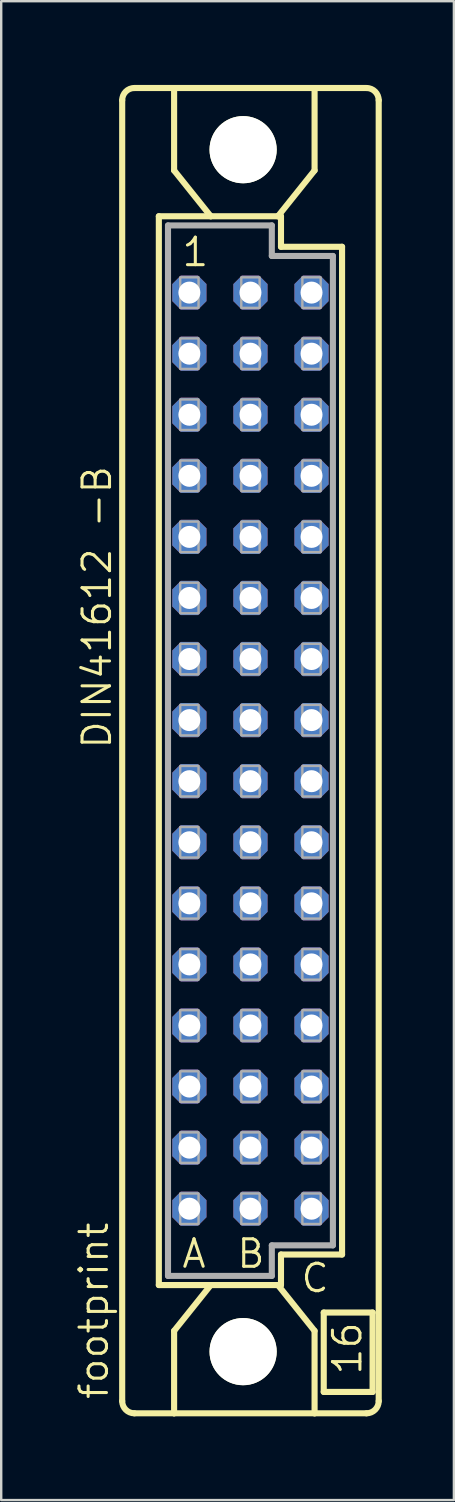
<source format=kicad_pcb>
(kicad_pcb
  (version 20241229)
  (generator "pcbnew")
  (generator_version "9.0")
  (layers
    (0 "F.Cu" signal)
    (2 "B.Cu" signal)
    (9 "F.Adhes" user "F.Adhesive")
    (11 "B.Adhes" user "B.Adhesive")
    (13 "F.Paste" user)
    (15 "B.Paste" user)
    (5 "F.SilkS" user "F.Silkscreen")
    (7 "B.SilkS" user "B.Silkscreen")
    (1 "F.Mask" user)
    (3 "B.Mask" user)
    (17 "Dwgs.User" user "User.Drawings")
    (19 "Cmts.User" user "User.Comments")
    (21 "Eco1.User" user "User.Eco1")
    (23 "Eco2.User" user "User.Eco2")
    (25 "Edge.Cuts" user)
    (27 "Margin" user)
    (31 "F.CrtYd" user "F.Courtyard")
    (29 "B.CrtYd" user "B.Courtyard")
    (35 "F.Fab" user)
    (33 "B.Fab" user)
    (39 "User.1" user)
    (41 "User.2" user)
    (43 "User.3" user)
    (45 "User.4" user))
  (footprint "footprint"
    (layer "F.Cu")
    (at 7.366 28.169)
    (property "Reference" "footprint" (at -5.842 27.051 90) (layer "F.SilkS") (effects (font (size 1.143 1.143) (thickness 0.127)) (justify left bottom)))
    (fp_line (start -5.334 27.051) (end -5.334 -27.051) (stroke (width 0.254) (type solid)) (layer "F.SilkS"))
    (fp_line (start -4.826 -27.559) (end -3.175 -27.559) (stroke (width 0.254) (type solid)) (layer "F.SilkS"))
    (fp_line (start -4.826 27.559) (end -3.175 27.559) (stroke (width 0.254) (type solid)) (layer "F.SilkS"))
    (fp_line (start -3.81 -22.225) (end -3.81 22.225) (stroke (width 0.254) (type solid)) (layer "F.SilkS"))
    (fp_line (start -3.81 22.225) (end -1.651 22.225) (stroke (width 0.254) (type solid)) (layer "F.SilkS"))
    (fp_line (start -3.175 -27.559) (end -3.175 -24.13) (stroke (width 0.254) (type solid)) (layer "F.SilkS"))
    (fp_line (start -3.175 27.559) (end -3.175 24.13) (stroke (width 0.254) (type solid)) (layer "F.SilkS"))
    (fp_line (start -3.175 27.559) (end 2.667 27.559) (stroke (width 0.254) (type solid)) (layer "F.SilkS"))
    (fp_line (start -1.651 -22.225) (end -3.81 -22.225) (stroke (width 0.254) (type solid)) (layer "F.SilkS"))
    (fp_line (start -1.651 -22.225) (end -3.175 -24.13) (stroke (width 0.254) (type solid)) (layer "F.SilkS"))
    (fp_line (start -1.651 22.225) (end -3.175 24.13) (stroke (width 0.254) (type solid)) (layer "F.SilkS"))
    (fp_line (start -1.651 22.225) (end 1.143 22.225) (stroke (width 0.254) (type solid)) (layer "F.SilkS"))
    (fp_line (start 1.143 -22.225) (end -1.651 -22.225) (stroke (width 0.254) (type solid)) (layer "F.SilkS"))
    (fp_line (start 1.143 -22.225) (end 2.667 -24.13) (stroke (width 0.254) (type solid)) (layer "F.SilkS"))
    (fp_line (start 1.143 22.225) (end 1.27 22.225) (stroke (width 0.254) (type solid)) (layer "F.SilkS"))
    (fp_line (start 1.143 22.225) (end 2.667 24.13) (stroke (width 0.254) (type solid)) (layer "F.SilkS"))
    (fp_line (start 1.27 -22.225) (end 1.143 -22.225) (stroke (width 0.254) (type solid)) (layer "F.SilkS"))
    (fp_line (start 1.27 -20.955) (end 1.27 -22.225) (stroke (width 0.254) (type solid)) (layer "F.SilkS"))
    (fp_line (start 1.27 20.955) (end 3.81 20.955) (stroke (width 0.254) (type solid)) (layer "F.SilkS"))
    (fp_line (start 1.27 22.225) (end 1.27 20.955) (stroke (width 0.254) (type solid)) (layer "F.SilkS"))
    (fp_line (start 2.667 -27.559) (end -3.175 -27.559) (stroke (width 0.254) (type solid)) (layer "F.SilkS"))
    (fp_line (start 2.667 -27.559) (end 2.667 -24.13) (stroke (width 0.254) (type solid)) (layer "F.SilkS"))
    (fp_line (start 2.667 27.559) (end 2.667 24.13) (stroke (width 0.254) (type solid)) (layer "F.SilkS"))
    (fp_line (start 2.667 27.559) (end 4.826 27.559) (stroke (width 0.254) (type solid)) (layer "F.SilkS"))
    (fp_line (start 3.048 23.368) (end 5.08 23.368) (stroke (width 0.254) (type solid)) (layer "F.SilkS"))
    (fp_line (start 3.048 26.67) (end 3.048 23.368) (stroke (width 0.254) (type solid)) (layer "F.SilkS"))
    (fp_line (start 3.81 -20.955) (end 1.27 -20.955) (stroke (width 0.254) (type solid)) (layer "F.SilkS"))
    (fp_line (start 3.81 20.955) (end 3.81 -20.955) (stroke (width 0.254) (type solid)) (layer "F.SilkS"))
    (fp_line (start 4.826 -27.559) (end 2.667 -27.559) (stroke (width 0.254) (type solid)) (layer "F.SilkS"))
    (fp_line (start 5.08 23.368) (end 5.08 26.67) (stroke (width 0.254) (type solid)) (layer "F.SilkS"))
    (fp_line (start 5.08 26.67) (end 3.048 26.67) (stroke (width 0.254) (type solid)) (layer "F.SilkS"))
    (fp_line (start 5.334 27.051) (end 5.334 -27.051) (stroke (width 0.254) (type solid)) (layer "F.SilkS"))
    (fp_arc (start -5.334 -27.051) (mid -5.18521 -27.41021) (end -4.826 -27.559) (stroke (width 0.254) (type solid)) (layer "F.SilkS"))
    (fp_arc (start -4.826 27.559) (mid -5.18521 27.41021) (end -5.334 27.051) (stroke (width 0.254) (type solid)) (layer "F.SilkS"))
    (fp_arc (start 4.826 -27.559) (mid 5.18521 -27.41021) (end 5.334 -27.051) (stroke (width 0.254) (type solid)) (layer "F.SilkS"))
    (fp_arc (start 5.334 27.051) (mid 5.18521 27.41021) (end 4.826 27.559) (stroke (width 0.254) (type solid)) (layer "F.SilkS"))
    (fp_circle (center -0.305 -24.994) (end 0.965 -24.994) (stroke (width 0.254) (type solid)) (fill no) (layer "F.SilkS"))
    (fp_circle (center -0.305 24.994) (end 0.965 24.994) (stroke (width 0.254) (type solid)) (fill no) (layer "F.SilkS"))
    (fp_line (start -3.429 -21.844) (end -3.429 21.844) (stroke (width 0.254) (type solid)) (layer "F.Fab"))
    (fp_line (start -3.429 -21.844) (end 0.889 -21.844) (stroke (width 0.254) (type solid)) (layer "F.Fab"))
    (fp_line (start -3.429 21.844) (end 0.889 21.844) (stroke (width 0.254) (type solid)) (layer "F.Fab"))
    (fp_line (start 0.889 -21.844) (end 0.889 -20.574) (stroke (width 0.254) (type solid)) (layer "F.Fab"))
    (fp_line (start 0.889 -20.574) (end 3.429 -20.574) (stroke (width 0.254) (type solid)) (layer "F.Fab"))
    (fp_line (start 0.889 20.574) (end 3.429 20.574) (stroke (width 0.254) (type solid)) (layer "F.Fab"))
    (fp_line (start 0.889 21.844) (end 0.889 20.574) (stroke (width 0.254) (type solid)) (layer "F.Fab"))
    (fp_line (start 3.429 -20.574) (end 3.429 20.574) (stroke (width 0.254) (type solid)) (layer "F.Fab"))
    (fp_poly (pts (xy -2.921 -18.415) (xy -2.159 -18.415) (xy -2.159 -19.685) (xy -2.921 -19.685)) (stroke (width 0.1) (type solid)) (fill no) (layer "F.Fab"))
    (fp_poly (pts (xy -2.921 -15.875) (xy -2.159 -15.875) (xy -2.159 -17.145) (xy -2.921 -17.145)) (stroke (width 0.1) (type solid)) (fill no) (layer "F.Fab"))
    (fp_poly (pts (xy -2.921 -13.335) (xy -2.159 -13.335) (xy -2.159 -14.605) (xy -2.921 -14.605)) (stroke (width 0.1) (type solid)) (fill no) (layer "F.Fab"))
    (fp_poly (pts (xy -2.921 -10.795) (xy -2.159 -10.795) (xy -2.159 -12.065) (xy -2.921 -12.065)) (stroke (width 0.1) (type solid)) (fill no) (layer "F.Fab"))
    (fp_poly (pts (xy -2.921 -8.255) (xy -2.159 -8.255) (xy -2.159 -9.525) (xy -2.921 -9.525)) (stroke (width 0.1) (type solid)) (fill no) (layer "F.Fab"))
    (fp_poly (pts (xy -2.921 -5.715) (xy -2.159 -5.715) (xy -2.159 -6.985) (xy -2.921 -6.985)) (stroke (width 0.1) (type solid)) (fill no) (layer "F.Fab"))
    (fp_poly (pts (xy -2.921 -3.175) (xy -2.159 -3.175) (xy -2.159 -4.445) (xy -2.921 -4.445)) (stroke (width 0.1) (type solid)) (fill no) (layer "F.Fab"))
    (fp_poly (pts (xy -2.921 -0.635) (xy -2.159 -0.635) (xy -2.159 -1.905) (xy -2.921 -1.905)) (stroke (width 0.1) (type solid)) (fill no) (layer "F.Fab"))
    (fp_poly (pts (xy -2.921 1.905) (xy -2.159 1.905) (xy -2.159 0.635) (xy -2.921 0.635)) (stroke (width 0.1) (type solid)) (fill no) (layer "F.Fab"))
    (fp_poly (pts (xy -2.921 4.445) (xy -2.159 4.445) (xy -2.159 3.175) (xy -2.921 3.175)) (stroke (width 0.1) (type solid)) (fill no) (layer "F.Fab"))
    (fp_poly (pts (xy -2.921 6.985) (xy -2.159 6.985) (xy -2.159 5.715) (xy -2.921 5.715)) (stroke (width 0.1) (type solid)) (fill no) (layer "F.Fab"))
    (fp_poly (pts (xy -2.921 9.525) (xy -2.159 9.525) (xy -2.159 8.255) (xy -2.921 8.255)) (stroke (width 0.1) (type solid)) (fill no) (layer "F.Fab"))
    (fp_poly (pts (xy -2.921 12.065) (xy -2.159 12.065) (xy -2.159 10.795) (xy -2.921 10.795)) (stroke (width 0.1) (type solid)) (fill no) (layer "F.Fab"))
    (fp_poly (pts (xy -2.921 14.605) (xy -2.159 14.605) (xy -2.159 13.335) (xy -2.921 13.335)) (stroke (width 0.1) (type solid)) (fill no) (layer "F.Fab"))
    (fp_poly (pts (xy -2.921 17.145) (xy -2.159 17.145) (xy -2.159 15.875) (xy -2.921 15.875)) (stroke (width 0.1) (type solid)) (fill no) (layer "F.Fab"))
    (fp_poly (pts (xy -2.921 19.685) (xy -2.159 19.685) (xy -2.159 18.415) (xy -2.921 18.415)) (stroke (width 0.1) (type solid)) (fill no) (layer "F.Fab"))
    (fp_poly (pts (xy -0.381 -18.415) (xy 0.381 -18.415) (xy 0.381 -19.685) (xy -0.381 -19.685)) (stroke (width 0.1) (type solid)) (fill no) (layer "F.Fab"))
    (fp_poly (pts (xy -0.381 -15.875) (xy 0.381 -15.875) (xy 0.381 -17.145) (xy -0.381 -17.145)) (stroke (width 0.1) (type solid)) (fill no) (layer "F.Fab"))
    (fp_poly (pts (xy -0.381 -13.335) (xy 0.381 -13.335) (xy 0.381 -14.605) (xy -0.381 -14.605)) (stroke (width 0.1) (type solid)) (fill no) (layer "F.Fab"))
    (fp_poly (pts (xy -0.381 -10.795) (xy 0.381 -10.795) (xy 0.381 -12.065) (xy -0.381 -12.065)) (stroke (width 0.1) (type solid)) (fill no) (layer "F.Fab"))
    (fp_poly (pts (xy -0.381 -8.255) (xy 0.381 -8.255) (xy 0.381 -9.525) (xy -0.381 -9.525)) (stroke (width 0.1) (type solid)) (fill no) (layer "F.Fab"))
    (fp_poly (pts (xy -0.381 -5.715) (xy 0.381 -5.715) (xy 0.381 -6.985) (xy -0.381 -6.985)) (stroke (width 0.1) (type solid)) (fill no) (layer "F.Fab"))
    (fp_poly (pts (xy -0.381 -3.175) (xy 0.381 -3.175) (xy 0.381 -4.445) (xy -0.381 -4.445)) (stroke (width 0.1) (type solid)) (fill no) (layer "F.Fab"))
    (fp_poly (pts (xy -0.381 -0.635) (xy 0.381 -0.635) (xy 0.381 -1.905) (xy -0.381 -1.905)) (stroke (width 0.1) (type solid)) (fill no) (layer "F.Fab"))
    (fp_poly (pts (xy -0.381 1.905) (xy 0.381 1.905) (xy 0.381 0.635) (xy -0.381 0.635)) (stroke (width 0.1) (type solid)) (fill no) (layer "F.Fab"))
    (fp_poly (pts (xy -0.381 4.445) (xy 0.381 4.445) (xy 0.381 3.175) (xy -0.381 3.175)) (stroke (width 0.1) (type solid)) (fill no) (layer "F.Fab"))
    (fp_poly (pts (xy -0.381 6.985) (xy 0.381 6.985) (xy 0.381 5.715) (xy -0.381 5.715)) (stroke (width 0.1) (type solid)) (fill no) (layer "F.Fab"))
    (fp_poly (pts (xy -0.381 9.525) (xy 0.381 9.525) (xy 0.381 8.255) (xy -0.381 8.255)) (stroke (width 0.1) (type solid)) (fill no) (layer "F.Fab"))
    (fp_poly (pts (xy -0.381 12.065) (xy 0.381 12.065) (xy 0.381 10.795) (xy -0.381 10.795)) (stroke (width 0.1) (type solid)) (fill no) (layer "F.Fab"))
    (fp_poly (pts (xy -0.381 14.605) (xy 0.381 14.605) (xy 0.381 13.335) (xy -0.381 13.335)) (stroke (width 0.1) (type solid)) (fill no) (layer "F.Fab"))
    (fp_poly (pts (xy -0.381 17.145) (xy 0.381 17.145) (xy 0.381 15.875) (xy -0.381 15.875)) (stroke (width 0.1) (type solid)) (fill no) (layer "F.Fab"))
    (fp_poly (pts (xy -0.381 19.685) (xy 0.381 19.685) (xy 0.381 18.415) (xy -0.381 18.415)) (stroke (width 0.1) (type solid)) (fill no) (layer "F.Fab"))
    (fp_poly (pts (xy 2.159 -18.415) (xy 2.921 -18.415) (xy 2.921 -19.685) (xy 2.159 -19.685)) (stroke (width 0.1) (type solid)) (fill no) (layer "F.Fab"))
    (fp_poly (pts (xy 2.159 -15.875) (xy 2.921 -15.875) (xy 2.921 -17.145) (xy 2.159 -17.145)) (stroke (width 0.1) (type solid)) (fill no) (layer "F.Fab"))
    (fp_poly (pts (xy 2.159 -13.335) (xy 2.921 -13.335) (xy 2.921 -14.605) (xy 2.159 -14.605)) (stroke (width 0.1) (type solid)) (fill no) (layer "F.Fab"))
    (fp_poly (pts (xy 2.159 -10.795) (xy 2.921 -10.795) (xy 2.921 -12.065) (xy 2.159 -12.065)) (stroke (width 0.1) (type solid)) (fill no) (layer "F.Fab"))
    (fp_poly (pts (xy 2.159 -8.255) (xy 2.921 -8.255) (xy 2.921 -9.525) (xy 2.159 -9.525)) (stroke (width 0.1) (type solid)) (fill no) (layer "F.Fab"))
    (fp_poly (pts (xy 2.159 -5.715) (xy 2.921 -5.715) (xy 2.921 -6.985) (xy 2.159 -6.985)) (stroke (width 0.1) (type solid)) (fill no) (layer "F.Fab"))
    (fp_poly (pts (xy 2.159 -3.175) (xy 2.921 -3.175) (xy 2.921 -4.445) (xy 2.159 -4.445)) (stroke (width 0.1) (type solid)) (fill no) (layer "F.Fab"))
    (fp_poly (pts (xy 2.159 -0.635) (xy 2.921 -0.635) (xy 2.921 -1.905) (xy 2.159 -1.905)) (stroke (width 0.1) (type solid)) (fill no) (layer "F.Fab"))
    (fp_poly (pts (xy 2.159 1.905) (xy 2.921 1.905) (xy 2.921 0.635) (xy 2.159 0.635)) (stroke (width 0.1) (type solid)) (fill no) (layer "F.Fab"))
    (fp_poly (pts (xy 2.159 4.445) (xy 2.921 4.445) (xy 2.921 3.175) (xy 2.159 3.175)) (stroke (width 0.1) (type solid)) (fill no) (layer "F.Fab"))
    (fp_poly (pts (xy 2.159 6.985) (xy 2.921 6.985) (xy 2.921 5.715) (xy 2.159 5.715)) (stroke (width 0.1) (type solid)) (fill no) (layer "F.Fab"))
    (fp_poly (pts (xy 2.159 9.525) (xy 2.921 9.525) (xy 2.921 8.255) (xy 2.159 8.255)) (stroke (width 0.1) (type solid)) (fill no) (layer "F.Fab"))
    (fp_poly (pts (xy 2.159 12.065) (xy 2.921 12.065) (xy 2.921 10.795) (xy 2.159 10.795)) (stroke (width 0.1) (type solid)) (fill no) (layer "F.Fab"))
    (fp_poly (pts (xy 2.159 14.605) (xy 2.921 14.605) (xy 2.921 13.335) (xy 2.159 13.335)) (stroke (width 0.1) (type solid)) (fill no) (layer "F.Fab"))
    (fp_poly (pts (xy 2.159 17.145) (xy 2.921 17.145) (xy 2.921 15.875) (xy 2.159 15.875)) (stroke (width 0.1) (type solid)) (fill no) (layer "F.Fab"))
    (fp_poly (pts (xy 2.159 19.685) (xy 2.921 19.685) (xy 2.921 18.415) (xy 2.159 18.415)) (stroke (width 0.1) (type solid)) (fill no) (layer "F.Fab"))
    (fp_text user "1" (at -2.921 -20.066 0) (layer "F.SilkS") (effects (font (size 1.143 1.143) (thickness 0.127)) (justify left bottom)))
    (fp_text user "DIN41612 -B" (at -5.715 0 90) (layer "F.SilkS") (effects (font (size 1.143 1.143) (thickness 0.127)) (justify left bottom)))
    (fp_text user "16" (at 4.699 26.035 90) (layer "F.SilkS") (effects (font (size 1.143 1.143) (thickness 0.127)) (justify left bottom)))
    (fp_text user "B" (at -0.635 21.59 0) (layer "F.SilkS") (effects (font (size 1.143 1.143) (thickness 0.127)) (justify left bottom)))
    (fp_text user "C" (at 2.032 22.606 0) (layer "F.SilkS") (effects (font (size 1.143 1.143) (thickness 0.127)) (justify left bottom)))
    (fp_text user "A" (at -2.921 21.59 0) (layer "F.SilkS") (effects (font (size 1.143 1.143) (thickness 0.127)) (justify left bottom)))
    (pad "" np_thru_hole circle (at -0.305 -24.994) (size 2.794 2.794) (drill 2.794) (layers "*.Cu" "*.Mask"))
    (pad "" np_thru_hole circle (at -0.305 24.994) (size 2.794 2.794) (drill 2.794) (layers "*.Cu" "*.Mask"))
    (pad "A1" thru_hole roundrect (at -2.54 -19.05) (size 1.422 1.422) (drill 0.914) (layers "*.Cu" "*.Mask") (roundrect_rratio 0.25) (chamfer_ratio 0.25) (chamfer top_left top_right bottom_left bottom_right))
    (pad "A2" thru_hole roundrect (at -2.54 -16.51) (size 1.422 1.422) (drill 0.914) (layers "*.Cu" "*.Mask") (roundrect_rratio 0.25) (chamfer_ratio 0.25) (chamfer top_left top_right bottom_left bottom_right))
    (pad "A3" thru_hole roundrect (at -2.54 -13.97) (size 1.422 1.422) (drill 0.914) (layers "*.Cu" "*.Mask") (roundrect_rratio 0.25) (chamfer_ratio 0.25) (chamfer top_left top_right bottom_left bottom_right))
    (pad "A4" thru_hole roundrect (at -2.54 -11.43) (size 1.422 1.422) (drill 0.914) (layers "*.Cu" "*.Mask") (roundrect_rratio 0.25) (chamfer_ratio 0.25) (chamfer top_left top_right bottom_left bottom_right))
    (pad "A5" thru_hole roundrect (at -2.54 -8.89) (size 1.422 1.422) (drill 0.914) (layers "*.Cu" "*.Mask") (roundrect_rratio 0.25) (chamfer_ratio 0.25) (chamfer top_left top_right bottom_left bottom_right))
    (pad "A6" thru_hole roundrect (at -2.54 -6.35) (size 1.422 1.422) (drill 0.914) (layers "*.Cu" "*.Mask") (roundrect_rratio 0.25) (chamfer_ratio 0.25) (chamfer top_left top_right bottom_left bottom_right))
    (pad "A7" thru_hole roundrect (at -2.54 -3.81) (size 1.422 1.422) (drill 0.914) (layers "*.Cu" "*.Mask") (roundrect_rratio 0.25) (chamfer_ratio 0.25) (chamfer top_left top_right bottom_left bottom_right))
    (pad "A8" thru_hole roundrect (at -2.54 -1.27) (size 1.422 1.422) (drill 0.914) (layers "*.Cu" "*.Mask") (roundrect_rratio 0.25) (chamfer_ratio 0.25) (chamfer top_left top_right bottom_left bottom_right))
    (pad "A9" thru_hole roundrect (at -2.54 1.27) (size 1.422 1.422) (drill 0.914) (layers "*.Cu" "*.Mask") (roundrect_rratio 0.25) (chamfer_ratio 0.25) (chamfer top_left top_right bottom_left bottom_right))
    (pad "A10" thru_hole roundrect (at -2.54 3.81) (size 1.422 1.422) (drill 0.914) (layers "*.Cu" "*.Mask") (roundrect_rratio 0.25) (chamfer_ratio 0.25) (chamfer top_left top_right bottom_left bottom_right))
    (pad "A11" thru_hole roundrect (at -2.54 6.35) (size 1.422 1.422) (drill 0.914) (layers "*.Cu" "*.Mask") (roundrect_rratio 0.25) (chamfer_ratio 0.25) (chamfer top_left top_right bottom_left bottom_right))
    (pad "A12" thru_hole roundrect (at -2.54 8.89) (size 1.422 1.422) (drill 0.914) (layers "*.Cu" "*.Mask") (roundrect_rratio 0.25) (chamfer_ratio 0.25) (chamfer top_left top_right bottom_left bottom_right))
    (pad "A13" thru_hole roundrect (at -2.54 11.43) (size 1.422 1.422) (drill 0.914) (layers "*.Cu" "*.Mask") (roundrect_rratio 0.25) (chamfer_ratio 0.25) (chamfer top_left top_right bottom_left bottom_right))
    (pad "A14" thru_hole roundrect (at -2.54 13.97) (size 1.422 1.422) (drill 0.914) (layers "*.Cu" "*.Mask") (roundrect_rratio 0.25) (chamfer_ratio 0.25) (chamfer top_left top_right bottom_left bottom_right))
    (pad "A15" thru_hole roundrect (at -2.54 16.51) (size 1.422 1.422) (drill 0.914) (layers "*.Cu" "*.Mask") (roundrect_rratio 0.25) (chamfer_ratio 0.25) (chamfer top_left top_right bottom_left bottom_right))
    (pad "A16" thru_hole roundrect (at -2.54 19.05) (size 1.422 1.422) (drill 0.914) (layers "*.Cu" "*.Mask") (roundrect_rratio 0.25) (chamfer_ratio 0.25) (chamfer top_left top_right bottom_left bottom_right))
    (pad "B1" thru_hole roundrect (at 0 -19.05) (size 1.422 1.422) (drill 0.914) (layers "*.Cu" "*.Mask") (roundrect_rratio 0.25) (chamfer_ratio 0.25) (chamfer top_left top_right bottom_left bottom_right))
    (pad "B2" thru_hole roundrect (at 0 -16.51) (size 1.422 1.422) (drill 0.914) (layers "*.Cu" "*.Mask") (roundrect_rratio 0.25) (chamfer_ratio 0.25) (chamfer top_left top_right bottom_left bottom_right))
    (pad "B3" thru_hole roundrect (at 0 -13.97) (size 1.422 1.422) (drill 0.914) (layers "*.Cu" "*.Mask") (roundrect_rratio 0.25) (chamfer_ratio 0.25) (chamfer top_left top_right bottom_left bottom_right))
    (pad "B4" thru_hole roundrect (at 0 -11.43) (size 1.422 1.422) (drill 0.914) (layers "*.Cu" "*.Mask") (roundrect_rratio 0.25) (chamfer_ratio 0.25) (chamfer top_left top_right bottom_left bottom_right))
    (pad "B5" thru_hole roundrect (at 0 -8.89) (size 1.422 1.422) (drill 0.914) (layers "*.Cu" "*.Mask") (roundrect_rratio 0.25) (chamfer_ratio 0.25) (chamfer top_left top_right bottom_left bottom_right))
    (pad "B6" thru_hole roundrect (at 0 -6.35) (size 1.422 1.422) (drill 0.914) (layers "*.Cu" "*.Mask") (roundrect_rratio 0.25) (chamfer_ratio 0.25) (chamfer top_left top_right bottom_left bottom_right))
    (pad "B7" thru_hole roundrect (at 0 -3.81) (size 1.422 1.422) (drill 0.914) (layers "*.Cu" "*.Mask") (roundrect_rratio 0.25) (chamfer_ratio 0.25) (chamfer top_left top_right bottom_left bottom_right))
    (pad "B8" thru_hole roundrect (at 0 -1.27) (size 1.422 1.422) (drill 0.914) (layers "*.Cu" "*.Mask") (roundrect_rratio 0.25) (chamfer_ratio 0.25) (chamfer top_left top_right bottom_left bottom_right))
    (pad "B9" thru_hole roundrect (at 0 1.27) (size 1.422 1.422) (drill 0.914) (layers "*.Cu" "*.Mask") (roundrect_rratio 0.25) (chamfer_ratio 0.25) (chamfer top_left top_right bottom_left bottom_right))
    (pad "B10" thru_hole roundrect (at 0 3.81) (size 1.422 1.422) (drill 0.914) (layers "*.Cu" "*.Mask") (roundrect_rratio 0.25) (chamfer_ratio 0.25) (chamfer top_left top_right bottom_left bottom_right))
    (pad "B11" thru_hole roundrect (at 0 6.35) (size 1.422 1.422) (drill 0.914) (layers "*.Cu" "*.Mask") (roundrect_rratio 0.25) (chamfer_ratio 0.25) (chamfer top_left top_right bottom_left bottom_right))
    (pad "B12" thru_hole roundrect (at 0 8.89) (size 1.422 1.422) (drill 0.914) (layers "*.Cu" "*.Mask") (roundrect_rratio 0.25) (chamfer_ratio 0.25) (chamfer top_left top_right bottom_left bottom_right))
    (pad "B13" thru_hole roundrect (at 0 11.43) (size 1.422 1.422) (drill 0.914) (layers "*.Cu" "*.Mask") (roundrect_rratio 0.25) (chamfer_ratio 0.25) (chamfer top_left top_right bottom_left bottom_right))
    (pad "B14" thru_hole roundrect (at 0 13.97) (size 1.422 1.422) (drill 0.914) (layers "*.Cu" "*.Mask") (roundrect_rratio 0.25) (chamfer_ratio 0.25) (chamfer top_left top_right bottom_left bottom_right))
    (pad "B15" thru_hole roundrect (at 0 16.51) (size 1.422 1.422) (drill 0.914) (layers "*.Cu" "*.Mask") (roundrect_rratio 0.25) (chamfer_ratio 0.25) (chamfer top_left top_right bottom_left bottom_right))
    (pad "B16" thru_hole roundrect (at 0 19.05) (size 1.422 1.422) (drill 0.914) (layers "*.Cu" "*.Mask") (roundrect_rratio 0.25) (chamfer_ratio 0.25) (chamfer top_left top_right bottom_left bottom_right))
    (pad "C1" thru_hole roundrect (at 2.54 -19.05) (size 1.422 1.422) (drill 0.914) (layers "*.Cu" "*.Mask") (roundrect_rratio 0.25) (chamfer_ratio 0.25) (chamfer top_left top_right bottom_left bottom_right))
    (pad "C2" thru_hole roundrect (at 2.54 -16.51) (size 1.422 1.422) (drill 0.914) (layers "*.Cu" "*.Mask") (roundrect_rratio 0.25) (chamfer_ratio 0.25) (chamfer top_left top_right bottom_left bottom_right))
    (pad "C3" thru_hole roundrect (at 2.54 -13.97) (size 1.422 1.422) (drill 0.914) (layers "*.Cu" "*.Mask") (roundrect_rratio 0.25) (chamfer_ratio 0.25) (chamfer top_left top_right bottom_left bottom_right))
    (pad "C4" thru_hole roundrect (at 2.54 -11.43) (size 1.422 1.422) (drill 0.914) (layers "*.Cu" "*.Mask") (roundrect_rratio 0.25) (chamfer_ratio 0.25) (chamfer top_left top_right bottom_left bottom_right))
    (pad "C5" thru_hole roundrect (at 2.54 -8.89) (size 1.422 1.422) (drill 0.914) (layers "*.Cu" "*.Mask") (roundrect_rratio 0.25) (chamfer_ratio 0.25) (chamfer top_left top_right bottom_left bottom_right))
    (pad "C6" thru_hole roundrect (at 2.54 -6.35) (size 1.422 1.422) (drill 0.914) (layers "*.Cu" "*.Mask") (roundrect_rratio 0.25) (chamfer_ratio 0.25) (chamfer top_left top_right bottom_left bottom_right))
    (pad "C7" thru_hole roundrect (at 2.54 -3.81) (size 1.422 1.422) (drill 0.914) (layers "*.Cu" "*.Mask") (roundrect_rratio 0.25) (chamfer_ratio 0.25) (chamfer top_left top_right bottom_left bottom_right))
    (pad "C8" thru_hole roundrect (at 2.54 -1.27) (size 1.422 1.422) (drill 0.914) (layers "*.Cu" "*.Mask") (roundrect_rratio 0.25) (chamfer_ratio 0.25) (chamfer top_left top_right bottom_left bottom_right))
    (pad "C9" thru_hole roundrect (at 2.54 1.27) (size 1.422 1.422) (drill 0.914) (layers "*.Cu" "*.Mask") (roundrect_rratio 0.25) (chamfer_ratio 0.25) (chamfer top_left top_right bottom_left bottom_right))
    (pad "C10" thru_hole roundrect (at 2.54 3.81) (size 1.422 1.422) (drill 0.914) (layers "*.Cu" "*.Mask") (roundrect_rratio 0.25) (chamfer_ratio 0.25) (chamfer top_left top_right bottom_left bottom_right))
    (pad "C11" thru_hole roundrect (at 2.54 6.35) (size 1.422 1.422) (drill 0.914) (layers "*.Cu" "*.Mask") (roundrect_rratio 0.25) (chamfer_ratio 0.25) (chamfer top_left top_right bottom_left bottom_right))
    (pad "C12" thru_hole roundrect (at 2.54 8.89) (size 1.422 1.422) (drill 0.914) (layers "*.Cu" "*.Mask") (roundrect_rratio 0.25) (chamfer_ratio 0.25) (chamfer top_left top_right bottom_left bottom_right))
    (pad "C13" thru_hole roundrect (at 2.54 11.43) (size 1.422 1.422) (drill 0.914) (layers "*.Cu" "*.Mask") (roundrect_rratio 0.25) (chamfer_ratio 0.25) (chamfer top_left top_right bottom_left bottom_right))
    (pad "C14" thru_hole roundrect (at 2.54 13.97) (size 1.422 1.422) (drill 0.914) (layers "*.Cu" "*.Mask") (roundrect_rratio 0.25) (chamfer_ratio 0.25) (chamfer top_left top_right bottom_left bottom_right))
    (pad "C15" thru_hole roundrect (at 2.54 16.51) (size 1.422 1.422) (drill 0.914) (layers "*.Cu" "*.Mask") (roundrect_rratio 0.25) (chamfer_ratio 0.25) (chamfer top_left top_right bottom_left bottom_right))
    (pad "C16" thru_hole roundrect (at 2.54 19.05) (size 1.422 1.422) (drill 0.914) (layers "*.Cu" "*.Mask") (roundrect_rratio 0.25) (chamfer_ratio 0.25) (chamfer top_left top_right bottom_left bottom_right))
    (zone (net_name "") (layers "F.Cu" "B.Cu") (hatch edge 0.508) (connect_pads) (min_thickness 0.254) (filled_areas_thickness no) (keepout (tracks allowed) (vias not_allowed) (pads allowed) (copperpour allowed) (footprints allowed)) (placement (enabled no)) (fill) (polygon (pts (xy 10.236 3.175) (xy 10.188 2.624) (xy 10.045 2.089) (xy 9.811 1.587) (xy 9.493 1.134) (xy 9.102 0.743) (xy 8.649 0.425) (xy 8.147 0.191) (xy 7.613 0.048) (xy 7.061 0) (xy 6.51 0.048) (xy 5.975 0.191) (xy 5.474 0.425) (xy 5.02 0.743) (xy 4.629 1.134) (xy 4.312 1.587) (xy 4.078 2.089) (xy 3.934 2.624) (xy 3.886 3.175) (xy 3.934 3.726) (xy 4.078 4.261) (xy 4.312 4.763) (xy 4.629 5.216) (xy 5.02 5.607) (xy 5.474 5.925) (xy 5.975 6.159) (xy 6.51 6.302) (xy 7.061 6.35) (xy 7.613 6.302) (xy 8.147 6.159) (xy 8.649 5.925) (xy 9.102 5.607) (xy 9.493 5.216) (xy 9.811 4.763) (xy 10.045 4.261) (xy 10.188 3.726))) (polygon (pts (xy 8.458 3.175) (xy 8.437 2.932) (xy 8.374 2.697) (xy 8.271 2.477) (xy 8.131 2.277) (xy 7.959 2.105) (xy 7.76 1.965) (xy 7.539 1.862) (xy 7.304 1.799) (xy 7.061 1.778) (xy 6.819 1.799) (xy 6.583 1.862) (xy 6.363 1.965) (xy 6.163 2.105) (xy 5.991 2.277) (xy 5.851 2.477) (xy 5.748 2.697) (xy 5.685 2.932) (xy 5.664 3.175) (xy 5.685 3.418) (xy 5.748 3.653) (xy 5.851 3.873) (xy 5.991 4.073) (xy 6.163 4.245) (xy 6.363 4.385) (xy 6.583 4.488) (xy 6.819 4.551) (xy 7.061 4.572) (xy 7.304 4.551) (xy 7.539 4.488) (xy 7.76 4.385) (xy 7.959 4.245) (xy 8.131 4.073) (xy 8.271 3.873) (xy 8.374 3.653) (xy 8.437 3.418))))
    (zone (net_name "") (layers "F.Cu" "B.Cu") (hatch edge 0.508) (connect_pads) (min_thickness 0.254) (filled_areas_thickness no) (keepout (tracks allowed) (vias not_allowed) (pads allowed) (copperpour allowed) (footprints allowed)) (placement (enabled no)) (fill) (polygon (pts (xy 10.236 53.162) (xy 10.188 52.611) (xy 10.045 52.076) (xy 9.811 51.575) (xy 9.493 51.121) (xy 9.102 50.73) (xy 8.649 50.413) (xy 8.147 50.179) (xy 7.613 50.035) (xy 7.061 49.987) (xy 6.51 50.035) (xy 5.975 50.179) (xy 5.474 50.413) (xy 5.02 50.73) (xy 4.629 51.121) (xy 4.312 51.575) (xy 4.078 52.076) (xy 3.934 52.611) (xy 3.886 53.162) (xy 3.934 53.714) (xy 4.078 54.248) (xy 4.312 54.75) (xy 4.629 55.203) (xy 5.02 55.594) (xy 5.474 55.912) (xy 5.975 56.146) (xy 6.51 56.289) (xy 7.061 56.337) (xy 7.613 56.289) (xy 8.147 56.146) (xy 8.649 55.912) (xy 9.102 55.594) (xy 9.493 55.203) (xy 9.811 54.75) (xy 10.045 54.248) (xy 10.188 53.714))) (polygon (pts (xy 8.458 53.162) (xy 8.437 52.92) (xy 8.374 52.684) (xy 8.271 52.464) (xy 8.131 52.264) (xy 7.959 52.092) (xy 7.76 51.952) (xy 7.539 51.849) (xy 7.304 51.786) (xy 7.061 51.765) (xy 6.819 51.786) (xy 6.583 51.849) (xy 6.363 51.952) (xy 6.163 52.092) (xy 5.991 52.264) (xy 5.851 52.464) (xy 5.748 52.684) (xy 5.685 52.92) (xy 5.664 53.162) (xy 5.685 53.405) (xy 5.748 53.64) (xy 5.851 53.861) (xy 5.991 54.06) (xy 6.163 54.232) (xy 6.363 54.372) (xy 6.583 54.475) (xy 6.819 54.538) (xy 7.061 54.559) (xy 7.304 54.538) (xy 7.539 54.475) (xy 7.76 54.372) (xy 7.959 54.232) (xy 8.131 54.06) (xy 8.271 53.861) (xy 8.374 53.64) (xy 8.437 53.405))))
    (zone (net_name "") (layer "B.Cu") (hatch edge 0.508) (connect_pads) (min_thickness 0.254) (filled_areas_thickness no) (keepout (tracks not_allowed) (vias not_allowed) (pads not_allowed) (copperpour not_allowed) (footprints allowed)) (placement (enabled no)) (fill) (polygon (pts (xy 10.236 3.175) (xy 10.188 2.624) (xy 10.045 2.089) (xy 9.811 1.587) (xy 9.493 1.134) (xy 9.102 0.743) (xy 8.649 0.425) (xy 8.147 0.191) (xy 7.613 0.048) (xy 7.061 0) (xy 6.51 0.048) (xy 5.975 0.191) (xy 5.474 0.425) (xy 5.02 0.743) (xy 4.629 1.134) (xy 4.312 1.587) (xy 4.078 2.089) (xy 3.934 2.624) (xy 3.886 3.175) (xy 3.934 3.726) (xy 4.078 4.261) (xy 4.312 4.763) (xy 4.629 5.216) (xy 5.02 5.607) (xy 5.474 5.925) (xy 5.975 6.159) (xy 6.51 6.302) (xy 7.061 6.35) (xy 7.613 6.302) (xy 8.147 6.159) (xy 8.649 5.925) (xy 9.102 5.607) (xy 9.493 5.216) (xy 9.811 4.763) (xy 10.045 4.261) (xy 10.188 3.726))) (polygon (pts (xy 8.458 3.175) (xy 8.437 2.932) (xy 8.374 2.697) (xy 8.271 2.477) (xy 8.131 2.277) (xy 7.959 2.105) (xy 7.76 1.965) (xy 7.539 1.862) (xy 7.304 1.799) (xy 7.061 1.778) (xy 6.819 1.799) (xy 6.583 1.862) (xy 6.363 1.965) (xy 6.163 2.105) (xy 5.991 2.277) (xy 5.851 2.477) (xy 5.748 2.697) (xy 5.685 2.932) (xy 5.664 3.175) (xy 5.685 3.418) (xy 5.748 3.653) (xy 5.851 3.873) (xy 5.991 4.073) (xy 6.163 4.245) (xy 6.363 4.385) (xy 6.583 4.488) (xy 6.819 4.551) (xy 7.061 4.572) (xy 7.304 4.551) (xy 7.539 4.488) (xy 7.76 4.385) (xy 7.959 4.245) (xy 8.131 4.073) (xy 8.271 3.873) (xy 8.374 3.653) (xy 8.437 3.418))))
    (zone (net_name "") (layer "B.Cu") (hatch edge 0.508) (connect_pads) (min_thickness 0.254) (filled_areas_thickness no) (keepout (tracks not_allowed) (vias not_allowed) (pads not_allowed) (copperpour not_allowed) (footprints allowed)) (placement (enabled no)) (fill) (polygon (pts (xy 10.236 53.162) (xy 10.188 52.611) (xy 10.045 52.076) (xy 9.811 51.575) (xy 9.493 51.121) (xy 9.102 50.73) (xy 8.649 50.413) (xy 8.147 50.179) (xy 7.613 50.035) (xy 7.061 49.987) (xy 6.51 50.035) (xy 5.975 50.179) (xy 5.474 50.413) (xy 5.02 50.73) (xy 4.629 51.121) (xy 4.312 51.575) (xy 4.078 52.076) (xy 3.934 52.611) (xy 3.886 53.162) (xy 3.934 53.714) (xy 4.078 54.248) (xy 4.312 54.75) (xy 4.629 55.203) (xy 5.02 55.594) (xy 5.474 55.912) (xy 5.975 56.146) (xy 6.51 56.289) (xy 7.061 56.337) (xy 7.613 56.289) (xy 8.147 56.146) (xy 8.649 55.912) (xy 9.102 55.594) (xy 9.493 55.203) (xy 9.811 54.75) (xy 10.045 54.248) (xy 10.188 53.714))) (polygon (pts (xy 8.458 53.162) (xy 8.437 52.92) (xy 8.374 52.684) (xy 8.271 52.464) (xy 8.131 52.264) (xy 7.959 52.092) (xy 7.76 51.952) (xy 7.539 51.849) (xy 7.304 51.786) (xy 7.061 51.765) (xy 6.819 51.786) (xy 6.583 51.849) (xy 6.363 51.952) (xy 6.163 52.092) (xy 5.991 52.264) (xy 5.851 52.464) (xy 5.748 52.684) (xy 5.685 52.92) (xy 5.664 53.162) (xy 5.685 53.405) (xy 5.748 53.64) (xy 5.851 53.861) (xy 5.991 54.06) (xy 6.163 54.232) (xy 6.363 54.372) (xy 6.583 54.475) (xy 6.819 54.538) (xy 7.061 54.559) (xy 7.304 54.538) (xy 7.539 54.475) (xy 7.76 54.372) (xy 7.959 54.232) (xy 8.131 54.06) (xy 8.271 53.861) (xy 8.374 53.64) (xy 8.437 53.405)))))
  (gr_rect
    (start -3 -3)
    (end 15.827 59.337)
    (stroke (width 0.1) (type default))
    (fill no)
    (layer "Edge.Cuts")))
</source>
